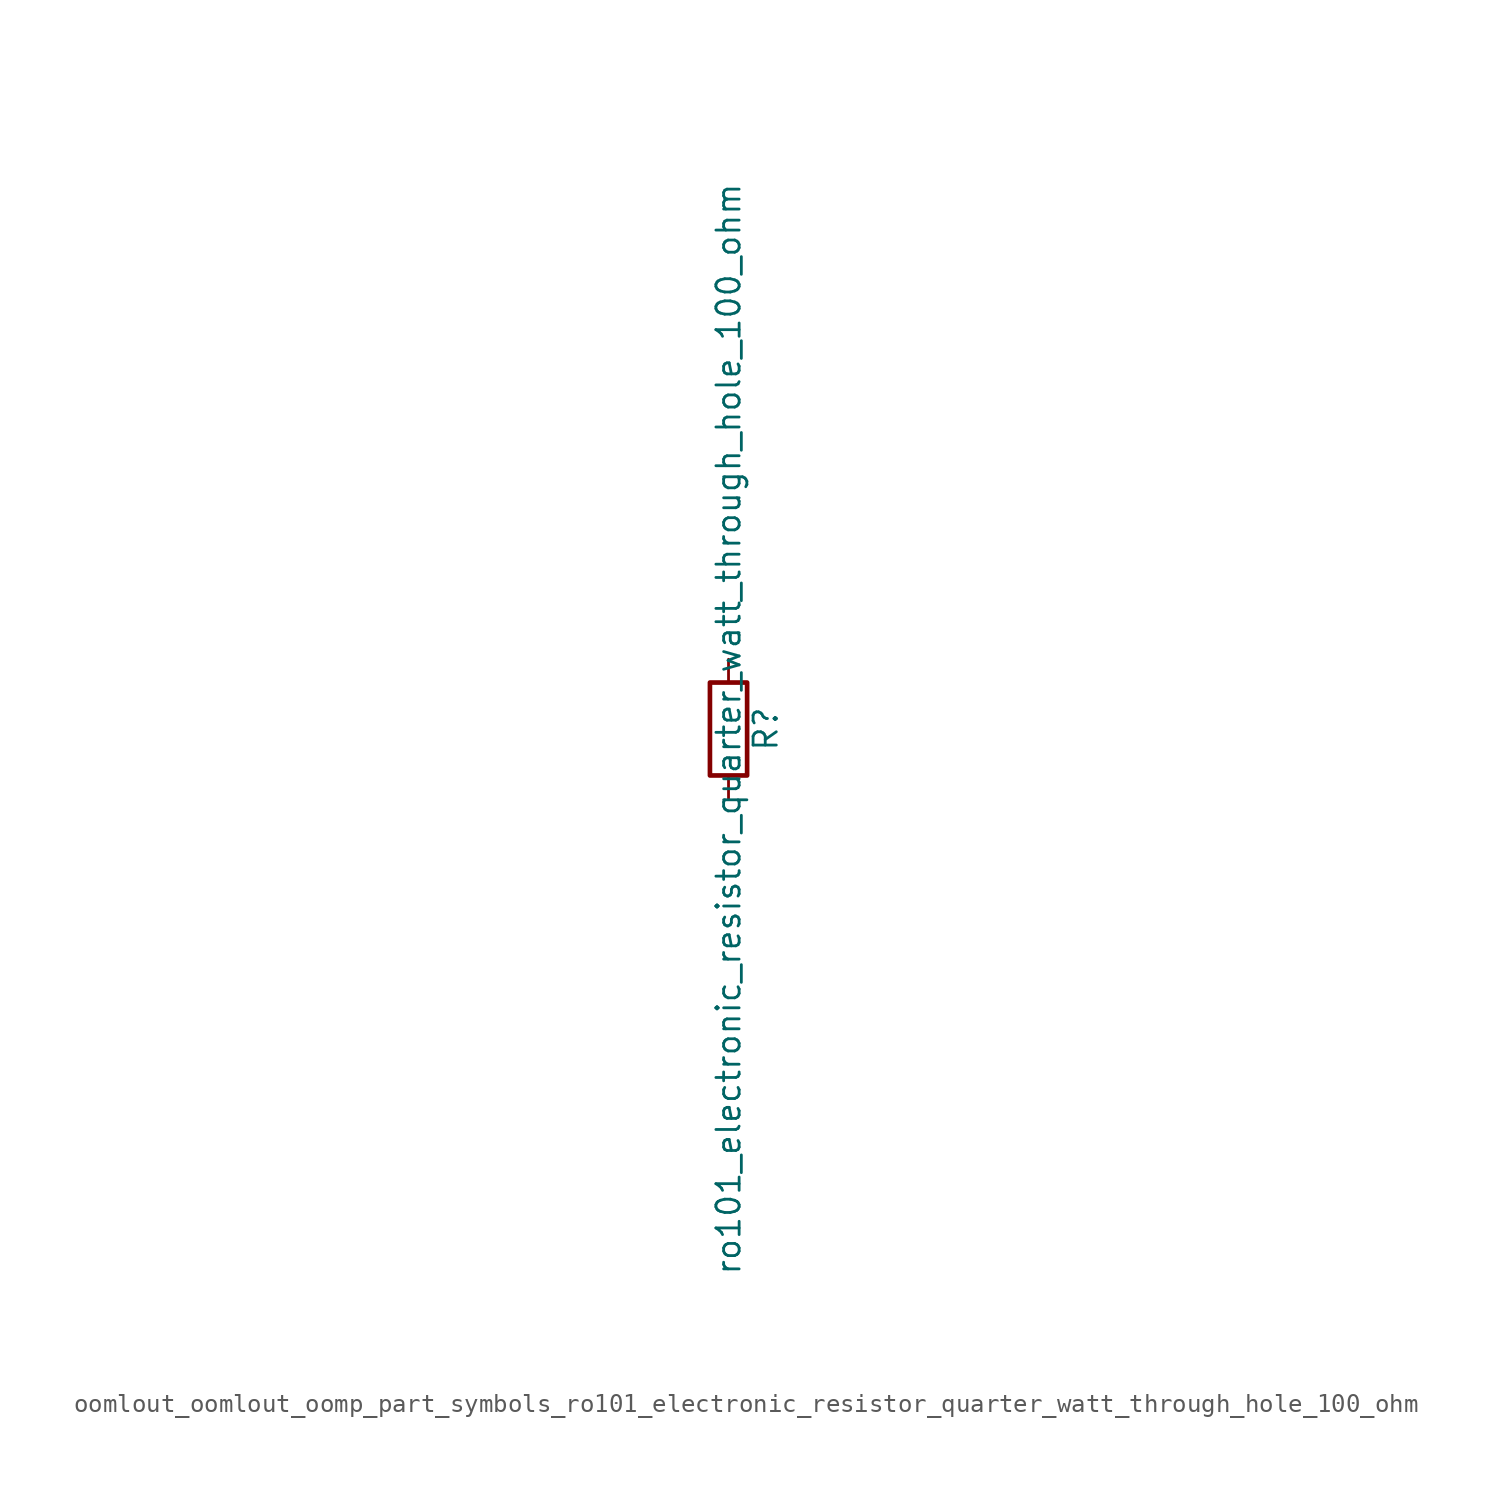
<source format=kicad_sym>
(kicad_symbol_lib
  (version 20220914)
  (generator kicad_symbol_editor)
  (symbol "oomlout_oomlout_oomp_part_symbols_ro101_electronic_resistor_quarter_watt_through_hole_100_ohm"
    (pin_numbers hide)
    (pin_names
      (offset 0))
    (property "Reference" "R"
      (at 2.032 0 90)
      (effects (font (size 1.27 1.27))))
    (property "Value" "ro101_electronic_resistor_quarter_watt_through_hole_100_ohm"
      (at 0 0 90)
      (effects (font (size 1.27 1.27))))
    (symbol "oomlout_oomlout_oomp_part_symbols_ro101_electronic_resistor_quarter_watt_through_hole_100_ohm_0_1"
      (rectangle (start -1.016 -2.54) (end 1.016 2.54) (stroke (width 0.254) (type default)) (fill (type none))))
    (symbol "oomlout_oomlout_oomp_part_symbols_ro101_electronic_resistor_quarter_watt_through_hole_100_ohm_1_1"
      (pin passive line (at 0 3.81 270) (length 1.27) (name "~" (effects (font (size 1.27 1.27)))) (number "1" (effects (font (size 1.27 1.27)))))
      (pin passive line (at 0 -3.81 90) (length 1.27) (name "~" (effects (font (size 1.27 1.27)))) (number "2" (effects (font (size 1.27 1.27))))))))
</source>
